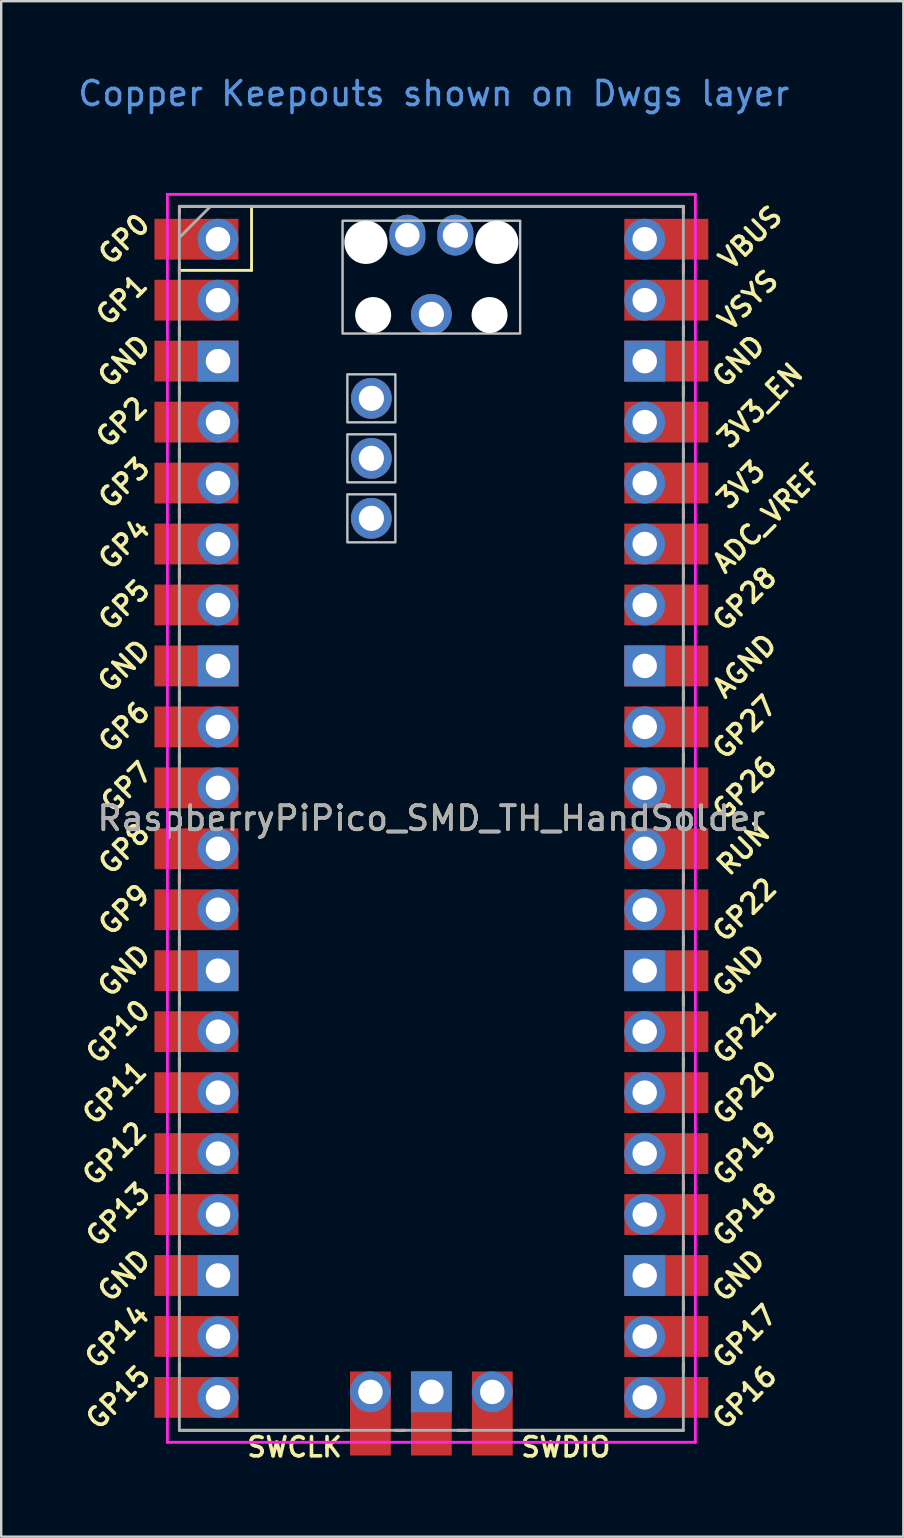
<source format=kicad_pcb>
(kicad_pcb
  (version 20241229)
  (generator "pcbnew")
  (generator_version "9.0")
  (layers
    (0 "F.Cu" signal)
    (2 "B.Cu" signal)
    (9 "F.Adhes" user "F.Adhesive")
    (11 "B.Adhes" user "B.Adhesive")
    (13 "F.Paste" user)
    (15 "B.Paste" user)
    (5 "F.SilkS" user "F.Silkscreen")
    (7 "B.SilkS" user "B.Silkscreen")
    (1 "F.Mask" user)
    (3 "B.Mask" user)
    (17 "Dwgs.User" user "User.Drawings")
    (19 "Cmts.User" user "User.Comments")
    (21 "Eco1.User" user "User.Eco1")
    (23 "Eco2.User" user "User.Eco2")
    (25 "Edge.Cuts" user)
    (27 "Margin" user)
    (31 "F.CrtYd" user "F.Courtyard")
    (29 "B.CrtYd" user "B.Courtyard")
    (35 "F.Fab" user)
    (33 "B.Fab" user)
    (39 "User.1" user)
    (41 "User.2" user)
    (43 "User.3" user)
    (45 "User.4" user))
  (footprint "RaspberryPiPico_SMD_TH_HandSolder"
    (layer "F.Cu")
    (at 14.924 31.048)
    (property "Reference" "RaspberryPiPico_SMD_TH_HandSolder" (at 0 0 0) (layer "F.SilkS") (effects (font (size 1 1) (thickness 0.15))))
    (attr through_hole)
    (fp_line (start -10.5 -25.5) (end -10.5 -25.2) (stroke (width 0.12) (type solid)) (layer "F.SilkS"))
    (fp_line (start -10.5 -25.5) (end 10.5 -25.5) (stroke (width 0.12) (type solid)) (layer "F.SilkS"))
    (fp_line (start -10.5 -23.1) (end -10.5 -22.7) (stroke (width 0.12) (type solid)) (layer "F.SilkS"))
    (fp_line (start -10.5 -22.833) (end -7.493 -22.833) (stroke (width 0.12) (type solid)) (layer "F.SilkS"))
    (fp_line (start -10.5 -20.5) (end -10.5 -20.1) (stroke (width 0.12) (type solid)) (layer "F.SilkS"))
    (fp_line (start -10.5 -18) (end -10.5 -17.6) (stroke (width 0.12) (type solid)) (layer "F.SilkS"))
    (fp_line (start -10.5 -15.4) (end -10.5 -15) (stroke (width 0.12) (type solid)) (layer "F.SilkS"))
    (fp_line (start -10.5 -12.9) (end -10.5 -12.5) (stroke (width 0.12) (type solid)) (layer "F.SilkS"))
    (fp_line (start -10.5 -10.4) (end -10.5 -10) (stroke (width 0.12) (type solid)) (layer "F.SilkS"))
    (fp_line (start -10.5 -7.8) (end -10.5 -7.4) (stroke (width 0.12) (type solid)) (layer "F.SilkS"))
    (fp_line (start -10.5 -5.3) (end -10.5 -4.9) (stroke (width 0.12) (type solid)) (layer "F.SilkS"))
    (fp_line (start -10.5 -2.7) (end -10.5 -2.3) (stroke (width 0.12) (type solid)) (layer "F.SilkS"))
    (fp_line (start -10.5 -0.2) (end -10.5 0.2) (stroke (width 0.12) (type solid)) (layer "F.SilkS"))
    (fp_line (start -10.5 2.3) (end -10.5 2.7) (stroke (width 0.12) (type solid)) (layer "F.SilkS"))
    (fp_line (start -10.5 4.9) (end -10.5 5.3) (stroke (width 0.12) (type solid)) (layer "F.SilkS"))
    (fp_line (start -10.5 7.4) (end -10.5 7.8) (stroke (width 0.12) (type solid)) (layer "F.SilkS"))
    (fp_line (start -10.5 10) (end -10.5 10.4) (stroke (width 0.12) (type solid)) (layer "F.SilkS"))
    (fp_line (start -10.5 12.5) (end -10.5 12.9) (stroke (width 0.12) (type solid)) (layer "F.SilkS"))
    (fp_line (start -10.5 15.1) (end -10.5 15.5) (stroke (width 0.12) (type solid)) (layer "F.SilkS"))
    (fp_line (start -10.5 17.6) (end -10.5 18) (stroke (width 0.12) (type solid)) (layer "F.SilkS"))
    (fp_line (start -10.5 20.1) (end -10.5 20.5) (stroke (width 0.12) (type solid)) (layer "F.SilkS"))
    (fp_line (start -10.5 22.7) (end -10.5 23.1) (stroke (width 0.12) (type solid)) (layer "F.SilkS"))
    (fp_line (start -7.493 -22.833) (end -7.493 -25.5) (stroke (width 0.12) (type solid)) (layer "F.SilkS"))
    (fp_line (start -3.7 25.5) (end -10.5 25.5) (stroke (width 0.12) (type solid)) (layer "F.SilkS"))
    (fp_line (start -1.5 25.5) (end -1.1 25.5) (stroke (width 0.12) (type solid)) (layer "F.SilkS"))
    (fp_line (start 1.1 25.5) (end 1.5 25.5) (stroke (width 0.12) (type solid)) (layer "F.SilkS"))
    (fp_line (start 10.5 -25.5) (end 10.5 -25.2) (stroke (width 0.12) (type solid)) (layer "F.SilkS"))
    (fp_line (start 10.5 -23.1) (end 10.5 -22.7) (stroke (width 0.12) (type solid)) (layer "F.SilkS"))
    (fp_line (start 10.5 -20.5) (end 10.5 -20.1) (stroke (width 0.12) (type solid)) (layer "F.SilkS"))
    (fp_line (start 10.5 -18) (end 10.5 -17.6) (stroke (width 0.12) (type solid)) (layer "F.SilkS"))
    (fp_line (start 10.5 -15.4) (end 10.5 -15) (stroke (width 0.12) (type solid)) (layer "F.SilkS"))
    (fp_line (start 10.5 -12.9) (end 10.5 -12.5) (stroke (width 0.12) (type solid)) (layer "F.SilkS"))
    (fp_line (start 10.5 -10.4) (end 10.5 -10) (stroke (width 0.12) (type solid)) (layer "F.SilkS"))
    (fp_line (start 10.5 -7.8) (end 10.5 -7.4) (stroke (width 0.12) (type solid)) (layer "F.SilkS"))
    (fp_line (start 10.5 -5.3) (end 10.5 -4.9) (stroke (width 0.12) (type solid)) (layer "F.SilkS"))
    (fp_line (start 10.5 -2.7) (end 10.5 -2.3) (stroke (width 0.12) (type solid)) (layer "F.SilkS"))
    (fp_line (start 10.5 -0.2) (end 10.5 0.2) (stroke (width 0.12) (type solid)) (layer "F.SilkS"))
    (fp_line (start 10.5 2.3) (end 10.5 2.7) (stroke (width 0.12) (type solid)) (layer "F.SilkS"))
    (fp_line (start 10.5 4.9) (end 10.5 5.3) (stroke (width 0.12) (type solid)) (layer "F.SilkS"))
    (fp_line (start 10.5 7.4) (end 10.5 7.8) (stroke (width 0.12) (type solid)) (layer "F.SilkS"))
    (fp_line (start 10.5 10) (end 10.5 10.4) (stroke (width 0.12) (type solid)) (layer "F.SilkS"))
    (fp_line (start 10.5 12.5) (end 10.5 12.9) (stroke (width 0.12) (type solid)) (layer "F.SilkS"))
    (fp_line (start 10.5 15.1) (end 10.5 15.5) (stroke (width 0.12) (type solid)) (layer "F.SilkS"))
    (fp_line (start 10.5 17.6) (end 10.5 18) (stroke (width 0.12) (type solid)) (layer "F.SilkS"))
    (fp_line (start 10.5 20.1) (end 10.5 20.5) (stroke (width 0.12) (type solid)) (layer "F.SilkS"))
    (fp_line (start 10.5 22.7) (end 10.5 23.1) (stroke (width 0.12) (type solid)) (layer "F.SilkS"))
    (fp_line (start 10.5 25.5) (end 3.7 25.5) (stroke (width 0.12) (type solid)) (layer "F.SilkS"))
    (fp_poly (pts (xy -1.5 -16.5) (xy -3.5 -16.5) (xy -3.5 -18.5) (xy -1.5 -18.5)) (stroke (width 0.1) (type solid)) (fill no) (layer "Dwgs.User"))
    (fp_poly (pts (xy -1.5 -14) (xy -3.5 -14) (xy -3.5 -16) (xy -1.5 -16)) (stroke (width 0.1) (type solid)) (fill no) (layer "Dwgs.User"))
    (fp_poly (pts (xy -1.5 -11.5) (xy -3.5 -11.5) (xy -3.5 -13.5) (xy -1.5 -13.5)) (stroke (width 0.1) (type solid)) (fill no) (layer "Dwgs.User"))
    (fp_poly (pts (xy 3.7 -20.2) (xy -3.7 -20.2) (xy -3.7 -24.9) (xy 3.7 -24.9)) (stroke (width 0.1) (type solid)) (fill no) (layer "Dwgs.User"))
    (fp_line (start -11 -26) (end 11 -26) (stroke (width 0.12) (type solid)) (layer "F.CrtYd"))
    (fp_line (start -11 26) (end -11 -26) (stroke (width 0.12) (type solid)) (layer "F.CrtYd"))
    (fp_line (start 11 -26) (end 11 26) (stroke (width 0.12) (type solid)) (layer "F.CrtYd"))
    (fp_line (start 11 26) (end -11 26) (stroke (width 0.12) (type solid)) (layer "F.CrtYd"))
    (fp_line (start -10.5 -25.5) (end 10.5 -25.5) (stroke (width 0.12) (type solid)) (layer "F.Fab"))
    (fp_line (start -10.5 -24.2) (end -9.2 -25.5) (stroke (width 0.12) (type solid)) (layer "F.Fab"))
    (fp_line (start -10.5 25.5) (end -10.5 -25.5) (stroke (width 0.12) (type solid)) (layer "F.Fab"))
    (fp_line (start 10.5 -25.5) (end 10.5 25.5) (stroke (width 0.12) (type solid)) (layer "F.Fab"))
    (fp_line (start 10.5 25.5) (end -10.5 25.5) (stroke (width 0.12) (type solid)) (layer "F.Fab"))
    (fp_text user "GP20" (at 13.054 11.43 45) (layer "F.SilkS") (effects (font (size 0.8 0.8) (thickness 0.15))))
    (fp_text user "GP18" (at 13.054 16.51 45) (layer "F.SilkS") (effects (font (size 0.8 0.8) (thickness 0.15))))
    (fp_text user "GP7" (at -12.7 -1.3 45) (layer "F.SilkS") (effects (font (size 0.8 0.8) (thickness 0.15))))
    (fp_text user "GND" (at -12.8 6.35 45) (layer "F.SilkS") (effects (font (size 0.8 0.8) (thickness 0.15))))
    (fp_text user "SWCLK" (at -5.7 26.2 0) (layer "F.SilkS") (effects (font (size 0.8 0.8) (thickness 0.15))))
    (fp_text user "VBUS" (at 13.3 -24.2 45) (layer "F.SilkS") (effects (font (size 0.8 0.8) (thickness 0.15))))
    (fp_text user "GP3" (at -12.8 -13.97 45) (layer "F.SilkS") (effects (font (size 0.8 0.8) (thickness 0.15))))
    (fp_text user "RUN" (at 13 1.27 45) (layer "F.SilkS") (effects (font (size 0.8 0.8) (thickness 0.15))))
    (fp_text user "GP8" (at -12.8 1.27 45) (layer "F.SilkS") (effects (font (size 0.8 0.8) (thickness 0.15))))
    (fp_text user "GND" (at 12.8 -19.05 45) (layer "F.SilkS") (effects (font (size 0.8 0.8) (thickness 0.15))))
    (fp_text user "GP17" (at 13.054 21.59 45) (layer "F.SilkS") (effects (font (size 0.8 0.8) (thickness 0.15))))
    (fp_text user "GP11" (at -13.2 11.43 45) (layer "F.SilkS") (effects (font (size 0.8 0.8) (thickness 0.15))))
    (fp_text user "GP5" (at -12.8 -8.89 45) (layer "F.SilkS") (effects (font (size 0.8 0.8) (thickness 0.15))))
    (fp_text user "GND" (at -12.8 -6.35 45) (layer "F.SilkS") (effects (font (size 0.8 0.8) (thickness 0.15))))
    (fp_text user "GP21" (at 13.054 8.9 45) (layer "F.SilkS") (effects (font (size 0.8 0.8) (thickness 0.15))))
    (fp_text user "GP4" (at -12.8 -11.43 45) (layer "F.SilkS") (effects (font (size 0.8 0.8) (thickness 0.15))))
    (fp_text user "SWDIO" (at 5.6 26.2 0) (layer "F.SilkS") (effects (font (size 0.8 0.8) (thickness 0.15))))
    (fp_text user "GND" (at -12.8 19.05 45) (layer "F.SilkS") (effects (font (size 0.8 0.8) (thickness 0.15))))
    (fp_text user "ADC_VREF" (at 14 -12.5 45) (layer "F.SilkS") (effects (font (size 0.8 0.8) (thickness 0.15))))
    (fp_text user "GP13" (at -13.054 16.51 45) (layer "F.SilkS") (effects (font (size 0.8 0.8) (thickness 0.15))))
    (fp_text user "GP26" (at 13.054 -1.27 45) (layer "F.SilkS") (effects (font (size 0.8 0.8) (thickness 0.15))))
    (fp_text user "GP27" (at 13.054 -3.8 45) (layer "F.SilkS") (effects (font (size 0.8 0.8) (thickness 0.15))))
    (fp_text user "GP19" (at 13.054 13.97 45) (layer "F.SilkS") (effects (font (size 0.8 0.8) (thickness 0.15))))
    (fp_text user "GP9" (at -12.8 3.81 45) (layer "F.SilkS") (effects (font (size 0.8 0.8) (thickness 0.15))))
    (fp_text user "AGND" (at 13.054 -6.35 45) (layer "F.SilkS") (effects (font (size 0.8 0.8) (thickness 0.15))))
    (fp_text user "GP1" (at -12.9 -21.6 45) (layer "F.SilkS") (effects (font (size 0.8 0.8) (thickness 0.15))))
    (fp_text user "GND" (at 12.8 6.35 45) (layer "F.SilkS") (effects (font (size 0.8 0.8) (thickness 0.15))))
    (fp_text user "GP28" (at 13.054 -9.144 45) (layer "F.SilkS") (effects (font (size 0.8 0.8) (thickness 0.15))))
    (fp_text user "GP10" (at -13.054 8.89 45) (layer "F.SilkS") (effects (font (size 0.8 0.8) (thickness 0.15))))
    (fp_text user "GND" (at 12.8 19.05 45) (layer "F.SilkS") (effects (font (size 0.8 0.8) (thickness 0.15))))
    (fp_text user "GP6" (at -12.8 -3.81 45) (layer "F.SilkS") (effects (font (size 0.8 0.8) (thickness 0.15))))
    (fp_text user "GP22" (at 13.054 3.81 45) (layer "F.SilkS") (effects (font (size 0.8 0.8) (thickness 0.15))))
    (fp_text user "3V3" (at 12.9 -13.9 45) (layer "F.SilkS") (effects (font (size 0.8 0.8) (thickness 0.15))))
    (fp_text user "GP14" (at -13.1 21.59 45) (layer "F.SilkS") (effects (font (size 0.8 0.8) (thickness 0.15))))
    (fp_text user "3V3_EN" (at 13.7 -17.2 45) (layer "F.SilkS") (effects (font (size 0.8 0.8) (thickness 0.15))))
    (fp_text user "GP16" (at 13.054 24.13 45) (layer "F.SilkS") (effects (font (size 0.8 0.8) (thickness 0.15))))
    (fp_text user "GP15" (at -13.054 24.13 45) (layer "F.SilkS") (effects (font (size 0.8 0.8) (thickness 0.15))))
    (fp_text user "GP0" (at -12.8 -24.13 45) (layer "F.SilkS") (effects (font (size 0.8 0.8) (thickness 0.15))))
    (fp_text user "VSYS" (at 13.2 -21.59 45) (layer "F.SilkS") (effects (font (size 0.8 0.8) (thickness 0.15))))
    (fp_text user "GP12" (at -13.2 13.97 45) (layer "F.SilkS") (effects (font (size 0.8 0.8) (thickness 0.15))))
    (fp_text user "GND" (at -12.8 -19.05 45) (layer "F.SilkS") (effects (font (size 0.8 0.8) (thickness 0.15))))
    (fp_text user "GP2" (at -12.9 -16.51 45) (layer "F.SilkS") (effects (font (size 0.8 0.8) (thickness 0.15))))
    (fp_text user "Copper Keepouts shown on Dwgs layer" (at 0.1 -30.2 0) (layer "Cmts.User") (effects (font (size 1 1) (thickness 0.15))))
    (fp_text user "${REFERENCE}" (at 0 0 180) (layer "F.Fab") (effects (font (size 1 1) (thickness 0.15))))
    (pad "" np_thru_hole oval (at -2.725 -24) (size 1.8 1.8) (drill 1.8) (layers "*.Cu" "*.Mask"))
    (pad "" np_thru_hole oval (at -2.425 -20.97) (size 1.5 1.5) (drill 1.5) (layers "*.Cu" "*.Mask"))
    (pad "" np_thru_hole oval (at 2.425 -20.97) (size 1.5 1.5) (drill 1.5) (layers "*.Cu" "*.Mask"))
    (pad "" np_thru_hole oval (at 2.725 -24) (size 1.8 1.8) (drill 1.8) (layers "*.Cu" "*.Mask"))
    (pad "1" thru_hole oval (at -8.89 -24.13) (size 1.7 1.7) (drill 1.02) (layers "*.Cu" "*.Mask"))
    (pad "1" smd rect (at -8.89 -24.13) (size 3.5 1.7) (drill (offset -0.9 0)) (layers "F.Cu" "F.Mask"))
    (pad "2" thru_hole oval (at -8.89 -21.59) (size 1.7 1.7) (drill 1.02) (layers "*.Cu" "*.Mask"))
    (pad "2" smd rect (at -8.89 -21.59) (size 3.5 1.7) (drill (offset -0.9 0)) (layers "F.Cu" "F.Mask"))
    (pad "3" thru_hole rect (at -8.89 -19.05) (size 1.7 1.7) (drill 1.02) (layers "*.Cu" "*.Mask"))
    (pad "3" smd rect (at -8.89 -19.05) (size 3.5 1.7) (drill (offset -0.9 0)) (layers "F.Cu" "F.Mask"))
    (pad "4" thru_hole oval (at -8.89 -16.51) (size 1.7 1.7) (drill 1.02) (layers "*.Cu" "*.Mask"))
    (pad "4" smd rect (at -8.89 -16.51) (size 3.5 1.7) (drill (offset -0.9 0)) (layers "F.Cu" "F.Mask"))
    (pad "5" thru_hole oval (at -8.89 -13.97) (size 1.7 1.7) (drill 1.02) (layers "*.Cu" "*.Mask"))
    (pad "5" smd rect (at -8.89 -13.97) (size 3.5 1.7) (drill (offset -0.9 0)) (layers "F.Cu" "F.Mask"))
    (pad "6" thru_hole oval (at -8.89 -11.43) (size 1.7 1.7) (drill 1.02) (layers "*.Cu" "*.Mask"))
    (pad "6" smd rect (at -8.89 -11.43) (size 3.5 1.7) (drill (offset -0.9 0)) (layers "F.Cu" "F.Mask"))
    (pad "7" thru_hole oval (at -8.89 -8.89) (size 1.7 1.7) (drill 1.02) (layers "*.Cu" "*.Mask"))
    (pad "7" smd rect (at -8.89 -8.89) (size 3.5 1.7) (drill (offset -0.9 0)) (layers "F.Cu" "F.Mask"))
    (pad "8" thru_hole rect (at -8.89 -6.35) (size 1.7 1.7) (drill 1.02) (layers "*.Cu" "*.Mask"))
    (pad "8" smd rect (at -8.89 -6.35) (size 3.5 1.7) (drill (offset -0.9 0)) (layers "F.Cu" "F.Mask"))
    (pad "9" thru_hole oval (at -8.89 -3.81) (size 1.7 1.7) (drill 1.02) (layers "*.Cu" "*.Mask"))
    (pad "9" smd rect (at -8.89 -3.81) (size 3.5 1.7) (drill (offset -0.9 0)) (layers "F.Cu" "F.Mask"))
    (pad "10" thru_hole oval (at -8.89 -1.27) (size 1.7 1.7) (drill 1.02) (layers "*.Cu" "*.Mask"))
    (pad "10" smd rect (at -8.89 -1.27) (size 3.5 1.7) (drill (offset -0.9 0)) (layers "F.Cu" "F.Mask"))
    (pad "11" thru_hole oval (at -8.89 1.27) (size 1.7 1.7) (drill 1.02) (layers "*.Cu" "*.Mask"))
    (pad "11" smd rect (at -8.89 1.27) (size 3.5 1.7) (drill (offset -0.9 0)) (layers "F.Cu" "F.Mask"))
    (pad "12" thru_hole oval (at -8.89 3.81) (size 1.7 1.7) (drill 1.02) (layers "*.Cu" "*.Mask"))
    (pad "12" smd rect (at -8.89 3.81) (size 3.5 1.7) (drill (offset -0.9 0)) (layers "F.Cu" "F.Mask"))
    (pad "13" thru_hole rect (at -8.89 6.35) (size 1.7 1.7) (drill 1.02) (layers "*.Cu" "*.Mask"))
    (pad "13" smd rect (at -8.89 6.35) (size 3.5 1.7) (drill (offset -0.9 0)) (layers "F.Cu" "F.Mask"))
    (pad "14" thru_hole oval (at -8.89 8.89) (size 1.7 1.7) (drill 1.02) (layers "*.Cu" "*.Mask"))
    (pad "14" smd rect (at -8.89 8.89) (size 3.5 1.7) (drill (offset -0.9 0)) (layers "F.Cu" "F.Mask"))
    (pad "15" thru_hole oval (at -8.89 11.43) (size 1.7 1.7) (drill 1.02) (layers "*.Cu" "*.Mask"))
    (pad "15" smd rect (at -8.89 11.43) (size 3.5 1.7) (drill (offset -0.9 0)) (layers "F.Cu" "F.Mask"))
    (pad "16" thru_hole oval (at -8.89 13.97) (size 1.7 1.7) (drill 1.02) (layers "*.Cu" "*.Mask"))
    (pad "16" smd rect (at -8.89 13.97) (size 3.5 1.7) (drill (offset -0.9 0)) (layers "F.Cu" "F.Mask"))
    (pad "17" thru_hole oval (at -8.89 16.51) (size 1.7 1.7) (drill 1.02) (layers "*.Cu" "*.Mask"))
    (pad "17" smd rect (at -8.89 16.51) (size 3.5 1.7) (drill (offset -0.9 0)) (layers "F.Cu" "F.Mask"))
    (pad "18" thru_hole rect (at -8.89 19.05) (size 1.7 1.7) (drill 1.02) (layers "*.Cu" "*.Mask"))
    (pad "18" smd rect (at -8.89 19.05) (size 3.5 1.7) (drill (offset -0.9 0)) (layers "F.Cu" "F.Mask"))
    (pad "19" thru_hole oval (at -8.89 21.59) (size 1.7 1.7) (drill 1.02) (layers "*.Cu" "*.Mask"))
    (pad "19" smd rect (at -8.89 21.59) (size 3.5 1.7) (drill (offset -0.9 0)) (layers "F.Cu" "F.Mask"))
    (pad "20" thru_hole oval (at -8.89 24.13) (size 1.7 1.7) (drill 1.02) (layers "*.Cu" "*.Mask"))
    (pad "20" smd rect (at -8.89 24.13) (size 3.5 1.7) (drill (offset -0.9 0)) (layers "F.Cu" "F.Mask"))
    (pad "21" thru_hole oval (at 8.89 24.13) (size 1.7 1.7) (drill 1.02) (layers "*.Cu" "*.Mask"))
    (pad "21" smd rect (at 8.89 24.13) (size 3.5 1.7) (drill (offset 0.9 0)) (layers "F.Cu" "F.Mask"))
    (pad "22" thru_hole oval (at 8.89 21.59) (size 1.7 1.7) (drill 1.02) (layers "*.Cu" "*.Mask"))
    (pad "22" smd rect (at 8.89 21.59) (size 3.5 1.7) (drill (offset 0.9 0)) (layers "F.Cu" "F.Mask"))
    (pad "23" thru_hole rect (at 8.89 19.05) (size 1.7 1.7) (drill 1.02) (layers "*.Cu" "*.Mask"))
    (pad "23" smd rect (at 8.89 19.05) (size 3.5 1.7) (drill (offset 0.9 0)) (layers "F.Cu" "F.Mask"))
    (pad "24" thru_hole oval (at 8.89 16.51) (size 1.7 1.7) (drill 1.02) (layers "*.Cu" "*.Mask"))
    (pad "24" smd rect (at 8.89 16.51) (size 3.5 1.7) (drill (offset 0.9 0)) (layers "F.Cu" "F.Mask"))
    (pad "25" thru_hole oval (at 8.89 13.97) (size 1.7 1.7) (drill 1.02) (layers "*.Cu" "*.Mask"))
    (pad "25" smd rect (at 8.89 13.97) (size 3.5 1.7) (drill (offset 0.9 0)) (layers "F.Cu" "F.Mask"))
    (pad "26" thru_hole oval (at 8.89 11.43) (size 1.7 1.7) (drill 1.02) (layers "*.Cu" "*.Mask"))
    (pad "26" smd rect (at 8.89 11.43) (size 3.5 1.7) (drill (offset 0.9 0)) (layers "F.Cu" "F.Mask"))
    (pad "27" thru_hole oval (at 8.89 8.89) (size 1.7 1.7) (drill 1.02) (layers "*.Cu" "*.Mask"))
    (pad "27" smd rect (at 8.89 8.89) (size 3.5 1.7) (drill (offset 0.9 0)) (layers "F.Cu" "F.Mask"))
    (pad "28" thru_hole rect (at 8.89 6.35) (size 1.7 1.7) (drill 1.02) (layers "*.Cu" "*.Mask"))
    (pad "28" smd rect (at 8.89 6.35) (size 3.5 1.7) (drill (offset 0.9 0)) (layers "F.Cu" "F.Mask"))
    (pad "29" thru_hole oval (at 8.89 3.81) (size 1.7 1.7) (drill 1.02) (layers "*.Cu" "*.Mask"))
    (pad "29" smd rect (at 8.89 3.81) (size 3.5 1.7) (drill (offset 0.9 0)) (layers "F.Cu" "F.Mask"))
    (pad "30" thru_hole oval (at 8.89 1.27) (size 1.7 1.7) (drill 1.02) (layers "*.Cu" "*.Mask"))
    (pad "30" smd rect (at 8.89 1.27) (size 3.5 1.7) (drill (offset 0.9 0)) (layers "F.Cu" "F.Mask"))
    (pad "31" thru_hole oval (at 8.89 -1.27) (size 1.7 1.7) (drill 1.02) (layers "*.Cu" "*.Mask"))
    (pad "31" smd rect (at 8.89 -1.27) (size 3.5 1.7) (drill (offset 0.9 0)) (layers "F.Cu" "F.Mask"))
    (pad "32" thru_hole oval (at 8.89 -3.81) (size 1.7 1.7) (drill 1.02) (layers "*.Cu" "*.Mask"))
    (pad "32" smd rect (at 8.89 -3.81) (size 3.5 1.7) (drill (offset 0.9 0)) (layers "F.Cu" "F.Mask"))
    (pad "33" thru_hole rect (at 8.89 -6.35) (size 1.7 1.7) (drill 1.02) (layers "*.Cu" "*.Mask"))
    (pad "33" smd rect (at 8.89 -6.35) (size 3.5 1.7) (drill (offset 0.9 0)) (layers "F.Cu" "F.Mask"))
    (pad "34" thru_hole oval (at 8.89 -8.89) (size 1.7 1.7) (drill 1.02) (layers "*.Cu" "*.Mask"))
    (pad "34" smd rect (at 8.89 -8.89) (size 3.5 1.7) (drill (offset 0.9 0)) (layers "F.Cu" "F.Mask"))
    (pad "35" thru_hole oval (at 8.89 -11.43) (size 1.7 1.7) (drill 1.02) (layers "*.Cu" "*.Mask"))
    (pad "35" smd rect (at 8.89 -11.43) (size 3.5 1.7) (drill (offset 0.9 0)) (layers "F.Cu" "F.Mask"))
    (pad "36" thru_hole oval (at 8.89 -13.97) (size 1.7 1.7) (drill 1.02) (layers "*.Cu" "*.Mask"))
    (pad "36" smd rect (at 8.89 -13.97) (size 3.5 1.7) (drill (offset 0.9 0)) (layers "F.Cu" "F.Mask"))
    (pad "37" thru_hole oval (at 8.89 -16.51) (size 1.7 1.7) (drill 1.02) (layers "*.Cu" "*.Mask"))
    (pad "37" smd rect (at 8.89 -16.51) (size 3.5 1.7) (drill (offset 0.9 0)) (layers "F.Cu" "F.Mask"))
    (pad "38" thru_hole rect (at 8.89 -19.05) (size 1.7 1.7) (drill 1.02) (layers "*.Cu" "*.Mask"))
    (pad "38" smd rect (at 8.89 -19.05) (size 3.5 1.7) (drill (offset 0.9 0)) (layers "F.Cu" "F.Mask"))
    (pad "39" thru_hole oval (at 8.89 -21.59) (size 1.7 1.7) (drill 1.02) (layers "*.Cu" "*.Mask"))
    (pad "39" smd rect (at 8.89 -21.59) (size 3.5 1.7) (drill (offset 0.9 0)) (layers "F.Cu" "F.Mask"))
    (pad "40" thru_hole oval (at 8.89 -24.13) (size 1.7 1.7) (drill 1.02) (layers "*.Cu" "*.Mask"))
    (pad "40" smd rect (at 8.89 -24.13) (size 3.5 1.7) (drill (offset 0.9 0)) (layers "F.Cu" "F.Mask"))
    (pad "41" thru_hole oval (at -2.54 23.9) (size 1.7 1.7) (drill 1.02) (layers "*.Cu" "*.Mask"))
    (pad "41" smd rect (at -2.54 23.9 90) (size 3.5 1.7) (drill (offset -0.9 0)) (layers "F.Cu" "F.Mask"))
    (pad "42" thru_hole rect (at 0 23.9) (size 1.7 1.7) (drill 1.02) (layers "*.Cu" "*.Mask"))
    (pad "42" smd rect (at 0 23.9 90) (size 3.5 1.7) (drill (offset -0.9 0)) (layers "F.Cu" "F.Mask"))
    (pad "43" thru_hole oval (at 2.54 23.9) (size 1.7 1.7) (drill 1.02) (layers "*.Cu" "*.Mask"))
    (pad "43" smd rect (at 2.54 23.9 90) (size 3.5 1.7) (drill (offset -0.9 0)) (layers "F.Cu" "F.Mask"))
    (pad "44" thru_hole oval (at 0 -21) (size 1.7 1.7) (drill 1.05) (layers "*.Cu" "*.Mask"))
    (pad "45" thru_hole oval (at 1 -24.3) (size 1.5 1.7) (drill 1.05) (layers "*.Cu" "*.Mask"))
    (pad "46" thru_hole oval (at -1 -24.3) (size 1.5 1.7) (drill 1.02) (layers "*.Cu" "*.Mask"))
    (pad "47" thru_hole oval (at -2.5 -17.5) (size 1.7 1.7) (drill 1.05) (layers "*.Cu" "*.Mask"))
    (pad "48" thru_hole oval (at -2.5 -15) (size 1.7 1.7) (drill 1.05) (layers "*.Cu" "*.Mask"))
    (pad "49" thru_hole oval (at -2.5 -12.5) (size 1.7 1.7) (drill 1.05) (layers "*.Cu" "*.Mask")))
  (gr_rect
    (start -3 -3)
    (end 34.591 60.98)
    (stroke (width 0.1) (type default))
    (fill no)
    (layer "Edge.Cuts")))
</source>
